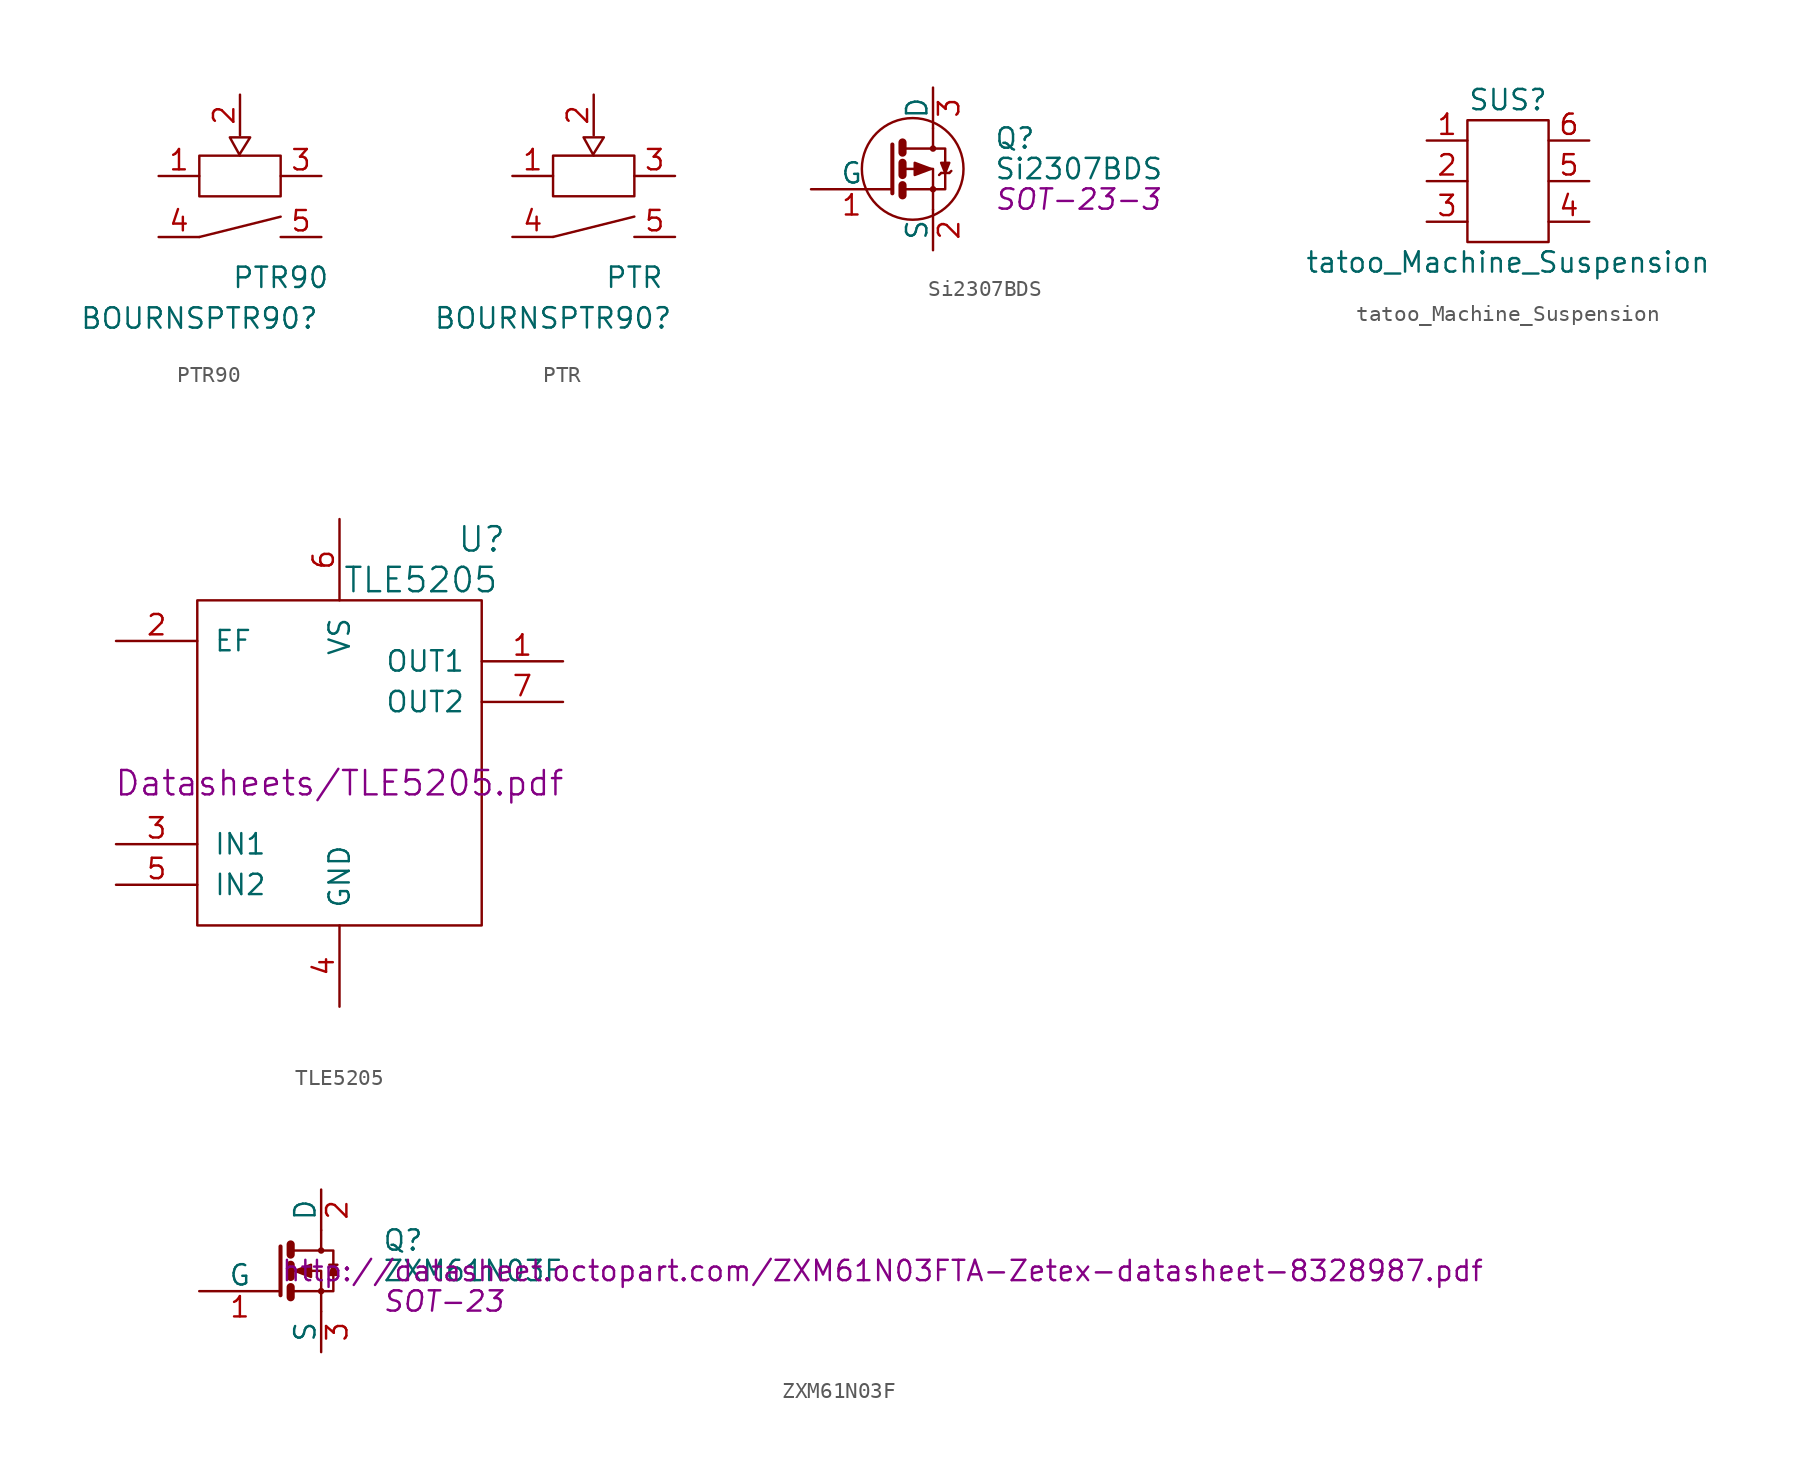
<source format=kicad_sym>
(kicad_symbol_lib
  (version 20220914)
  (generator kicad_symbol_editor)
  (symbol "PTR90"
    (pin_names
      (offset 1.016))
    (property "Reference" "BOURNSPTR90"
      (at 2.54 -8.89 0)
      (effects (font (size 1.27 1.27))))
    (property "Value" "PTR90"
      (at 7.62 -6.35 0)
      (effects (font (size 1.27 1.27))))
    (symbol "PTR90_0_1"
      (polyline (pts (xy 2.54 -3.81) (xy 7.62 -2.54)) (stroke (width 0) (type solid)) (fill (type none)))
      (polyline (pts (xy 5.08 1.27) (xy 4.445 2.413) (xy 5.715 2.413) (xy 5.08 1.397)) (stroke (width 0) (type solid)) (fill (type none)))
      (rectangle (start 2.54 1.27) (end 7.62 -1.27) (stroke (width 0) (type solid)) (fill (type none))))
    (symbol "PTR90_1_1"
      (pin passive line (at 0 0 0) (length 2.54) (name "~" (effects (font (size 1.27 1.27)))) (number "1" (effects (font (size 1.27 1.27)))))
      (pin passive line (at 5.08 5.08 270) (length 2.54) (name "~" (effects (font (size 1.27 1.27)))) (number "2" (effects (font (size 1.27 1.27)))))
      (pin passive line (at 10.16 0 180) (length 2.54) (name "~" (effects (font (size 1.27 1.27)))) (number "3" (effects (font (size 1.27 1.27)))))
      (pin passive line (at 0 -3.81 0) (length 2.54) (name "~" (effects (font (size 1.27 1.27)))) (number "4" (effects (font (size 1.27 1.27)))))
      (pin passive line (at 10.16 -3.81 180) (length 2.54) (name "~" (effects (font (size 1.27 1.27)))) (number "5" (effects (font (size 1.27 1.27)))))))
  (symbol "PTR"
    (pin_names
      (offset 1.016))
    (property "Reference" "BOURNSPTR90"
      (at 2.54 -8.89 0)
      (effects (font (size 1.27 1.27))))
    (property "Value" "PTR"
      (at 7.62 -6.35 0)
      (effects (font (size 1.27 1.27))))
    (symbol "PTR_0_1"
      (polyline (pts (xy 2.54 -3.81) (xy 7.62 -2.54)) (stroke (width 0) (type solid)) (fill (type none)))
      (polyline (pts (xy 5.08 1.27) (xy 4.445 2.413) (xy 5.715 2.413) (xy 5.08 1.397)) (stroke (width 0) (type solid)) (fill (type none)))
      (rectangle (start 2.54 1.27) (end 7.62 -1.27) (stroke (width 0) (type solid)) (fill (type none))))
    (symbol "PTR_1_1"
      (pin bidirectional line (at 0 0 0) (length 2.54) (name "~" (effects (font (size 1.27 1.27)))) (number "1" (effects (font (size 1.27 1.27)))))
      (pin bidirectional line (at 5.08 5.08 270) (length 2.54) (name "~" (effects (font (size 1.27 1.27)))) (number "2" (effects (font (size 1.27 1.27)))))
      (pin bidirectional line (at 10.16 0 180) (length 2.54) (name "~" (effects (font (size 1.27 1.27)))) (number "3" (effects (font (size 1.27 1.27)))))
      (pin bidirectional line (at 0 -3.81 0) (length 2.54) (name "~" (effects (font (size 1.27 1.27)))) (number "4" (effects (font (size 1.27 1.27)))))
      (pin bidirectional line (at 10.16 -3.81 180) (length 2.54) (name "~" (effects (font (size 1.27 1.27)))) (number "5" (effects (font (size 1.27 1.27)))))))
  (symbol "Si2307BDS"
    (pin_names
      (offset 0))
    (property "Reference" "Q"
      (at 6.35 1.905 0)
      (effects (font (size 1.27 1.27)) (justify left)))
    (property "Value" "Si2307BDS"
      (at 6.35 0 0)
      (effects (font (size 1.27 1.27)) (justify left)))
    (property "Footprint" "SOT-23-3"
      (at 6.35 -1.905 0)
      (effects (font (size 1.27 1.27) italic) (justify left)))
    (property "Datasheet" ""
      (at 0 0 0)
      (effects (font (size 1.27 1.27)) (justify left)))
    (symbol "Si2307BDS_0_1"
      (polyline (pts (xy 0.635 -1.016) (xy 0.635 -1.651)) (stroke (width 0.508) (type solid)) (fill (type none)))
      (polyline (pts (xy 0.635 0.381) (xy 0.635 -0.381)) (stroke (width 0.508) (type solid)) (fill (type none)))
      (polyline (pts (xy 0.635 1.651) (xy 0.635 1.016)) (stroke (width 0.508) (type solid)) (fill (type none)))
      (polyline (pts (xy 3.048 -0.254) (xy 2.921 -0.381)) (stroke (width 0) (type solid)) (fill (type none)))
      (polyline (pts (xy 3.556 -0.254) (xy 3.048 -0.254)) (stroke (width 0) (type solid)) (fill (type none)))
      (polyline (pts (xy 3.556 -0.254) (xy 3.683 -0.127)) (stroke (width 0) (type solid)) (fill (type none)))
      (polyline (pts (xy 0 1.524) (xy 0 -1.524) (xy 0 -1.524)) (stroke (width 0.254) (type solid)) (fill (type none)))
      (polyline (pts (xy 0.762 -1.27) (xy 2.54 -1.27) (xy 2.54 -2.54) (xy 2.54 -2.54)) (stroke (width 0) (type solid)) (fill (type none)))
      (polyline (pts (xy 0.762 0) (xy 2.54 0) (xy 2.54 -1.27) (xy 2.54 -1.27)) (stroke (width 0) (type solid)) (fill (type none)))
      (polyline (pts (xy 0.762 1.27) (xy 2.54 1.27) (xy 2.54 2.54) (xy 2.54 2.54)) (stroke (width 0) (type solid)) (fill (type none)))
      (polyline (pts (xy 1.397 0.381) (xy 1.397 -0.381) (xy 2.413 0) (xy 1.397 0.381)) (stroke (width 0) (type solid)) (fill (type outline)))
      (polyline (pts (xy 2.54 1.27) (xy 3.302 1.27) (xy 3.302 -1.27) (xy 2.54 -1.27)) (stroke (width 0) (type solid)) (fill (type none)))
      (polyline (pts (xy 3.302 -0.254) (xy 3.556 0.381) (xy 3.048 0.381) (xy 3.302 -0.254)) (stroke (width 0) (type solid)) (fill (type outline)))
      (circle (center 1.27 0) (radius 3.175) (stroke (width 0) (type solid)) (fill (type none)))
      (circle (center 2.54 -1.27) (radius 0.127) (stroke (width 0) (type solid)) (fill (type none)))
      (circle (center 2.54 1.27) (radius 0.127) (stroke (width 0) (type solid)) (fill (type none))))
    (symbol "Si2307BDS_1_1"
      (pin input line (at -5.08 -1.27 0) (length 5.08) (name "G" (effects (font (size 1.27 1.27)))) (number "1" (effects (font (size 1.27 1.27)))))
      (pin passive line (at 2.54 -5.08 90) (length 2.54) (name "S" (effects (font (size 1.27 1.27)))) (number "2" (effects (font (size 1.27 1.27)))))
      (pin passive line (at 2.54 5.08 270) (length 2.54) (name "D" (effects (font (size 1.27 1.27)))) (number "3" (effects (font (size 1.27 1.27)))))))
  (symbol "tatoo_Machine_Suspension"
    (pin_names
      (offset 1.016))
    (property "Reference" "SUS"
      (at 0 5.08 0)
      (effects (font (size 1.27 1.27))))
    (property "Value" "tatoo_Machine_Suspension"
      (at 0 -5.08 0)
      (effects (font (size 1.27 1.27))))
    (symbol "tatoo_Machine_Suspension_0_1"
      (rectangle (start -2.54 3.81) (end 2.54 -3.81) (stroke (width 0) (type solid)) (fill (type none))))
    (symbol "tatoo_Machine_Suspension_1_1"
      (pin passive line (at -5.08 2.54 0) (length 2.54) (name "~" (effects (font (size 1.27 1.27)))) (number "1" (effects (font (size 1.27 1.27)))))
      (pin passive line (at -5.08 0 0) (length 2.54) (name "~" (effects (font (size 1.27 1.27)))) (number "2" (effects (font (size 1.27 1.27)))))
      (pin passive line (at -5.08 -2.54 0) (length 2.54) (name "~" (effects (font (size 1.27 1.27)))) (number "3" (effects (font (size 1.27 1.27)))))
      (pin passive line (at 5.08 -2.54 180) (length 2.54) (name "~" (effects (font (size 1.27 1.27)))) (number "4" (effects (font (size 1.27 1.27)))))
      (pin passive line (at 5.08 0 180) (length 2.54) (name "~" (effects (font (size 1.27 1.27)))) (number "5" (effects (font (size 1.27 1.27)))))
      (pin passive line (at 5.08 2.54 180) (length 2.54) (name "~" (effects (font (size 1.27 1.27)))) (number "6" (effects (font (size 1.27 1.27)))))))
  (symbol "TLE5205"
    (pin_names
      (offset 1.016))
    (property "Reference" "U"
      (at 8.89 15.24 0)
      (effects (font (size 1.524 1.524))))
    (property "Value" "TLE5205"
      (at 5.08 12.7 0)
      (effects (font (size 1.524 1.524))))
    (property "Footprint" ""
      (at 0 0 0)
      (effects (font (size 1.524 1.524))))
    (property "Datasheet" "Datasheets/TLE5205.pdf"
      (at 0 0 0)
      (effects (font (size 1.524 1.524))))
    (symbol "TLE5205_0_1"
      (rectangle (start -8.89 11.43) (end 8.89 -8.89) (stroke (width 0) (type solid)) (fill (type none))))
    (symbol "TLE5205_1_1"
      (pin input line (at 13.97 7.62 180) (length 5.08) (name "OUT1" (effects (font (size 1.27 1.27)))) (number "1" (effects (font (size 1.27 1.27)))))
      (pin input line (at -13.97 8.89 0) (length 5.08) (name "EF" (effects (font (size 1.27 1.27)))) (number "2" (effects (font (size 1.27 1.27)))))
      (pin input line (at -13.97 -3.81 0) (length 5.08) (name "IN1" (effects (font (size 1.27 1.27)))) (number "3" (effects (font (size 1.27 1.27)))))
      (pin input line (at 0 -13.97 90) (length 5.08) (name "GND" (effects (font (size 1.27 1.27)))) (number "4" (effects (font (size 1.27 1.27)))))
      (pin input line (at -13.97 -6.35 0) (length 5.08) (name "IN2" (effects (font (size 1.27 1.27)))) (number "5" (effects (font (size 1.27 1.27)))))
      (pin input line (at 0 16.51 270) (length 5.08) (name "VS" (effects (font (size 1.27 1.27)))) (number "6" (effects (font (size 1.27 1.27)))))
      (pin input line (at 13.97 5.08 180) (length 5.08) (name "OUT2" (effects (font (size 1.27 1.27)))) (number "7" (effects (font (size 1.27 1.27)))))))
  (symbol "ZXM61N03F"
    (pin_names
      (offset 0))
    (property "Reference" "Q"
      (at 6.35 1.905 0)
      (effects (font (size 1.27 1.27)) (justify left)))
    (property "Value" "ZXM61N03F"
      (at 6.35 0 0)
      (effects (font (size 1.27 1.27)) (justify left)))
    (property "Footprint" "SOT-23"
      (at 6.35 -1.905 0)
      (effects (font (size 1.27 1.27) italic) (justify left)))
    (property "Datasheet" "http://datasheet.octopart.com/ZXM61N03FTA-Zetex-datasheet-8328987.pdf"
      (at 0 0 0)
      (effects (font (size 1.27 1.27)) (justify left)))
    (symbol "ZXM61N03F_0_1"
      (polyline (pts (xy 0.635 -1.016) (xy 0.635 -1.651)) (stroke (width 0.508) (type solid)) (fill (type none)))
      (polyline (pts (xy 0.635 0.381) (xy 0.635 -0.381)) (stroke (width 0.508) (type solid)) (fill (type none)))
      (polyline (pts (xy 0.635 1.651) (xy 0.635 1.016)) (stroke (width 0.508) (type solid)) (fill (type none)))
      (polyline (pts (xy 3.048 0.381) (xy 3.556 0.381)) (stroke (width 0) (type solid)) (fill (type none)))
      (polyline (pts (xy 0 1.524) (xy 0 -1.524) (xy 0 -1.524)) (stroke (width 0.254) (type solid)) (fill (type none)))
      (polyline (pts (xy 0.762 -1.27) (xy 2.54 -1.27) (xy 2.54 -2.54) (xy 2.54 -2.54)) (stroke (width 0) (type solid)) (fill (type none)))
      (polyline (pts (xy 0.762 1.27) (xy 2.54 1.27) (xy 2.54 2.54) (xy 2.54 2.54)) (stroke (width 0) (type solid)) (fill (type none)))
      (polyline (pts (xy 2.54 1.27) (xy 3.302 1.27) (xy 3.302 -1.27) (xy 2.54 -1.27)) (stroke (width 0) (type solid)) (fill (type none)))
      (polyline (pts (xy 3.302 0.381) (xy 3.048 -0.254) (xy 3.556 -0.254) (xy 3.302 0.381)) (stroke (width 0) (type solid)) (fill (type outline)))
      (polyline (pts (xy 0.762 0) (xy 1.27 0) (xy 2.54 0) (xy 2.54 -1.27) (xy 2.54 -1.27)) (stroke (width 0) (type solid)) (fill (type none)))
      (polyline (pts (xy 0.889 0) (xy 1.905 0.381) (xy 1.905 -0.381) (xy 0.889 0) (xy 1.016 0) (xy 1.016 0)) (stroke (width 0) (type solid)) (fill (type outline)))
      (circle (center 2.54 -1.27) (radius 0.127) (stroke (width 0) (type solid)) (fill (type none)))
      (circle (center 2.54 1.27) (radius 0.127) (stroke (width 0) (type solid)) (fill (type none))))
    (symbol "ZXM61N03F_1_1"
      (pin input line (at -5.08 -1.27 0) (length 5.08) (name "G" (effects (font (size 1.27 1.27)))) (number "1" (effects (font (size 1.27 1.27)))))
      (pin passive line (at 2.54 5.08 270) (length 2.54) (name "D" (effects (font (size 1.27 1.27)))) (number "2" (effects (font (size 1.27 1.27)))))
      (pin passive line (at 2.54 -5.08 90) (length 2.54) (name "S" (effects (font (size 1.27 1.27)))) (number "3" (effects (font (size 1.27 1.27))))))))
</source>
